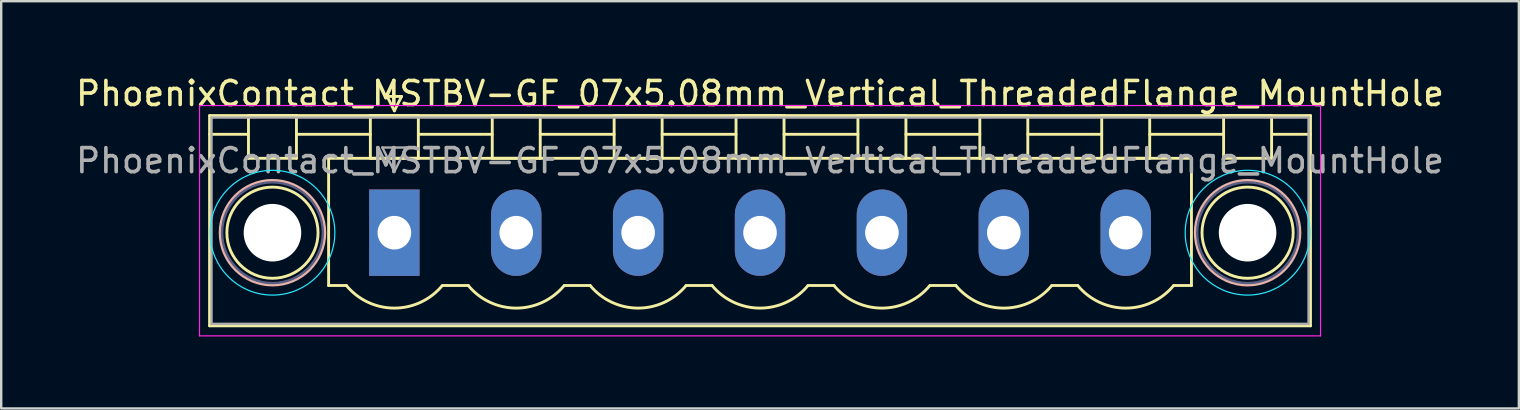
<source format=kicad_pcb>
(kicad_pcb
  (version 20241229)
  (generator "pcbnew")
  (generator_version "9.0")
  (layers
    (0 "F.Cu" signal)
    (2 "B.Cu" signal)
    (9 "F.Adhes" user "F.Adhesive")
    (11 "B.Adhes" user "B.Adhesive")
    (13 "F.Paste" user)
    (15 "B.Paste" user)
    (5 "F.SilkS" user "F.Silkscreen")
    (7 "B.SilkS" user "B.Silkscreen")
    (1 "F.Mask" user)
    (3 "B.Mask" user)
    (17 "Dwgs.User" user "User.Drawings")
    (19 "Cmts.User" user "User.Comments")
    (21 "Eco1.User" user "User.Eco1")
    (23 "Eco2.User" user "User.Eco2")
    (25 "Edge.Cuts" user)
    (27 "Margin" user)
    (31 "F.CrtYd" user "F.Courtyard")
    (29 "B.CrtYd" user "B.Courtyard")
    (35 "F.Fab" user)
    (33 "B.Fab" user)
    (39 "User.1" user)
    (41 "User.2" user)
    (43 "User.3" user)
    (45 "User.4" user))
  (footprint "PhoenixContact_MSTBV-GF_07x5.08mm_Vertical_ThreadedFlange_MountHole"
    (layer "F.Cu")
    (at 13.385 6.648)
    (property "Reference" "PhoenixContact_MSTBV-GF_07x5.08mm_Vertical_ThreadedFlange_MountHole" (at 15.24 -5.8 0) (layer "F.SilkS") (effects (font (size 1 1) (thickness 0.15))))
    (attr through_hole)
    (fp_line (start -7.7 -4.88) (end -7.7 3.88) (stroke (width 0.12) (type solid)) (layer "F.SilkS"))
    (fp_line (start -7.7 -4.1) (end -6.16 -4.1) (stroke (width 0.12) (type solid)) (layer "F.SilkS"))
    (fp_line (start -7.7 3.88) (end 38.18 3.88) (stroke (width 0.12) (type solid)) (layer "F.SilkS"))
    (fp_line (start -6.08 -4.88) (end -4.08 -4.88) (stroke (width 0.12) (type solid)) (layer "F.SilkS"))
    (fp_line (start -6.08 -3.1) (end -6.08 -4.88) (stroke (width 0.12) (type solid)) (layer "F.SilkS"))
    (fp_line (start -4.08 -4.88) (end -4.08 -3.1) (stroke (width 0.12) (type solid)) (layer "F.SilkS"))
    (fp_line (start -4.08 -4.1) (end -1 -4.1) (stroke (width 0.12) (type solid)) (layer "F.SilkS"))
    (fp_line (start -4.08 -3.1) (end -6.08 -3.1) (stroke (width 0.12) (type solid)) (layer "F.SilkS"))
    (fp_line (start -2.74 -3.1) (end 33.22 -3.1) (stroke (width 0.12) (type solid)) (layer "F.SilkS"))
    (fp_line (start -2.74 2.2) (end -2.74 -3.1) (stroke (width 0.12) (type solid)) (layer "F.SilkS"))
    (fp_line (start -2 2.2) (end -2.74 2.2) (stroke (width 0.12) (type solid)) (layer "F.SilkS"))
    (fp_line (start -1 -4.88) (end 1 -4.88) (stroke (width 0.12) (type solid)) (layer "F.SilkS"))
    (fp_line (start -1 -3.1) (end -1 -4.88) (stroke (width 0.12) (type solid)) (layer "F.SilkS"))
    (fp_line (start -0.3 -5.68) (end 0.3 -5.68) (stroke (width 0.12) (type solid)) (layer "F.SilkS"))
    (fp_line (start 0 -5.08) (end -0.3 -5.68) (stroke (width 0.12) (type solid)) (layer "F.SilkS"))
    (fp_line (start 0.3 -5.68) (end 0 -5.08) (stroke (width 0.12) (type solid)) (layer "F.SilkS"))
    (fp_line (start 1 -4.88) (end 1 -3.1) (stroke (width 0.12) (type solid)) (layer "F.SilkS"))
    (fp_line (start 1 -4.1) (end 4.08 -4.1) (stroke (width 0.12) (type solid)) (layer "F.SilkS"))
    (fp_line (start 1 -3.1) (end -1 -3.1) (stroke (width 0.12) (type solid)) (layer "F.SilkS"))
    (fp_line (start 2 2.2) (end 3.08 2.2) (stroke (width 0.12) (type solid)) (layer "F.SilkS"))
    (fp_line (start 4.08 -4.88) (end 6.08 -4.88) (stroke (width 0.12) (type solid)) (layer "F.SilkS"))
    (fp_line (start 4.08 -3.1) (end 4.08 -4.88) (stroke (width 0.12) (type solid)) (layer "F.SilkS"))
    (fp_line (start 6.08 -4.88) (end 6.08 -3.1) (stroke (width 0.12) (type solid)) (layer "F.SilkS"))
    (fp_line (start 6.08 -4.1) (end 9.16 -4.1) (stroke (width 0.12) (type solid)) (layer "F.SilkS"))
    (fp_line (start 6.08 -3.1) (end 4.08 -3.1) (stroke (width 0.12) (type solid)) (layer "F.SilkS"))
    (fp_line (start 7.08 2.2) (end 8.16 2.2) (stroke (width 0.12) (type solid)) (layer "F.SilkS"))
    (fp_line (start 9.16 -4.88) (end 11.16 -4.88) (stroke (width 0.12) (type solid)) (layer "F.SilkS"))
    (fp_line (start 9.16 -3.1) (end 9.16 -4.88) (stroke (width 0.12) (type solid)) (layer "F.SilkS"))
    (fp_line (start 11.16 -4.88) (end 11.16 -3.1) (stroke (width 0.12) (type solid)) (layer "F.SilkS"))
    (fp_line (start 11.16 -4.1) (end 14.24 -4.1) (stroke (width 0.12) (type solid)) (layer "F.SilkS"))
    (fp_line (start 11.16 -3.1) (end 9.16 -3.1) (stroke (width 0.12) (type solid)) (layer "F.SilkS"))
    (fp_line (start 12.16 2.2) (end 13.24 2.2) (stroke (width 0.12) (type solid)) (layer "F.SilkS"))
    (fp_line (start 14.24 -4.88) (end 16.24 -4.88) (stroke (width 0.12) (type solid)) (layer "F.SilkS"))
    (fp_line (start 14.24 -3.1) (end 14.24 -4.88) (stroke (width 0.12) (type solid)) (layer "F.SilkS"))
    (fp_line (start 16.24 -4.88) (end 16.24 -3.1) (stroke (width 0.12) (type solid)) (layer "F.SilkS"))
    (fp_line (start 16.24 -4.1) (end 19.32 -4.1) (stroke (width 0.12) (type solid)) (layer "F.SilkS"))
    (fp_line (start 16.24 -3.1) (end 14.24 -3.1) (stroke (width 0.12) (type solid)) (layer "F.SilkS"))
    (fp_line (start 17.24 2.2) (end 18.32 2.2) (stroke (width 0.12) (type solid)) (layer "F.SilkS"))
    (fp_line (start 19.32 -4.88) (end 21.32 -4.88) (stroke (width 0.12) (type solid)) (layer "F.SilkS"))
    (fp_line (start 19.32 -3.1) (end 19.32 -4.88) (stroke (width 0.12) (type solid)) (layer "F.SilkS"))
    (fp_line (start 21.32 -4.88) (end 21.32 -3.1) (stroke (width 0.12) (type solid)) (layer "F.SilkS"))
    (fp_line (start 21.32 -4.1) (end 24.4 -4.1) (stroke (width 0.12) (type solid)) (layer "F.SilkS"))
    (fp_line (start 21.32 -3.1) (end 19.32 -3.1) (stroke (width 0.12) (type solid)) (layer "F.SilkS"))
    (fp_line (start 22.32 2.2) (end 23.4 2.2) (stroke (width 0.12) (type solid)) (layer "F.SilkS"))
    (fp_line (start 24.4 -4.88) (end 26.4 -4.88) (stroke (width 0.12) (type solid)) (layer "F.SilkS"))
    (fp_line (start 24.4 -3.1) (end 24.4 -4.88) (stroke (width 0.12) (type solid)) (layer "F.SilkS"))
    (fp_line (start 26.4 -4.88) (end 26.4 -3.1) (stroke (width 0.12) (type solid)) (layer "F.SilkS"))
    (fp_line (start 26.4 -4.1) (end 29.48 -4.1) (stroke (width 0.12) (type solid)) (layer "F.SilkS"))
    (fp_line (start 26.4 -3.1) (end 24.4 -3.1) (stroke (width 0.12) (type solid)) (layer "F.SilkS"))
    (fp_line (start 27.4 2.2) (end 28.48 2.2) (stroke (width 0.12) (type solid)) (layer "F.SilkS"))
    (fp_line (start 29.48 -4.88) (end 31.48 -4.88) (stroke (width 0.12) (type solid)) (layer "F.SilkS"))
    (fp_line (start 29.48 -3.1) (end 29.48 -4.88) (stroke (width 0.12) (type solid)) (layer "F.SilkS"))
    (fp_line (start 31.48 -4.88) (end 31.48 -3.1) (stroke (width 0.12) (type solid)) (layer "F.SilkS"))
    (fp_line (start 31.48 -4.1) (end 34.56 -4.1) (stroke (width 0.12) (type solid)) (layer "F.SilkS"))
    (fp_line (start 31.48 -3.1) (end 29.48 -3.1) (stroke (width 0.12) (type solid)) (layer "F.SilkS"))
    (fp_line (start 33.22 -3.1) (end 33.22 2.2) (stroke (width 0.12) (type solid)) (layer "F.SilkS"))
    (fp_line (start 33.22 2.2) (end 32.48 2.2) (stroke (width 0.12) (type solid)) (layer "F.SilkS"))
    (fp_line (start 34.56 -4.88) (end 36.56 -4.88) (stroke (width 0.12) (type solid)) (layer "F.SilkS"))
    (fp_line (start 34.56 -3.1) (end 34.56 -4.88) (stroke (width 0.12) (type solid)) (layer "F.SilkS"))
    (fp_line (start 36.56 -4.88) (end 36.56 -3.1) (stroke (width 0.12) (type solid)) (layer "F.SilkS"))
    (fp_line (start 36.56 -3.1) (end 34.56 -3.1) (stroke (width 0.12) (type solid)) (layer "F.SilkS"))
    (fp_line (start 38.18 -4.88) (end -7.7 -4.88) (stroke (width 0.12) (type solid)) (layer "F.SilkS"))
    (fp_line (start 38.18 -4.1) (end 36.64 -4.1) (stroke (width 0.12) (type solid)) (layer "F.SilkS"))
    (fp_line (start 38.18 3.88) (end 38.18 -4.88) (stroke (width 0.12) (type solid)) (layer "F.SilkS"))
    (fp_arc (start 1.986842 2.215821) (mid -0.010289 3.142758) (end -2 2.2) (stroke (width 0.12) (type solid)) (layer "F.SilkS"))
    (fp_arc (start 7.066842 2.215821) (mid 5.069711 3.142758) (end 3.08 2.2) (stroke (width 0.12) (type solid)) (layer "F.SilkS"))
    (fp_arc (start 12.146842 2.215821) (mid 10.149711 3.142758) (end 8.16 2.2) (stroke (width 0.12) (type solid)) (layer "F.SilkS"))
    (fp_arc (start 17.226842 2.215821) (mid 15.229711 3.142758) (end 13.24 2.2) (stroke (width 0.12) (type solid)) (layer "F.SilkS"))
    (fp_arc (start 22.306842 2.215821) (mid 20.309711 3.142758) (end 18.32 2.2) (stroke (width 0.12) (type solid)) (layer "F.SilkS"))
    (fp_arc (start 27.386842 2.215821) (mid 25.389711 3.142758) (end 23.4 2.2) (stroke (width 0.12) (type solid)) (layer "F.SilkS"))
    (fp_arc (start 32.466842 2.215821) (mid 30.469711 3.142758) (end 28.48 2.2) (stroke (width 0.12) (type solid)) (layer "F.SilkS"))
    (fp_circle (center -5.08 0) (end -3.18 0) (stroke (width 0.12) (type solid)) (fill no) (layer "F.SilkS"))
    (fp_circle (center 35.56 0) (end 37.46 0) (stroke (width 0.12) (type solid)) (fill no) (layer "F.SilkS"))
    (fp_circle (center -5.08 0) (end -2.9 0) (stroke (width 0.12) (type solid)) (fill no) (layer "B.SilkS"))
    (fp_circle (center 35.56 0) (end 37.74 0) (stroke (width 0.12) (type solid)) (fill no) (layer "B.SilkS"))
    (fp_circle (center -5.08 0) (end -2.48 0) (stroke (width 0.05) (type solid)) (fill no) (layer "B.CrtYd"))
    (fp_circle (center 35.56 0) (end 38.16 0) (stroke (width 0.05) (type solid)) (fill no) (layer "B.CrtYd"))
    (fp_line (start -8.12 -5.3) (end -8.12 4.3) (stroke (width 0.05) (type solid)) (layer "F.CrtYd"))
    (fp_line (start -8.12 4.3) (end 38.6 4.3) (stroke (width 0.05) (type solid)) (layer "F.CrtYd"))
    (fp_line (start 38.6 -5.3) (end -8.12 -5.3) (stroke (width 0.05) (type solid)) (layer "F.CrtYd"))
    (fp_line (start 38.6 4.3) (end 38.6 -5.3) (stroke (width 0.05) (type solid)) (layer "F.CrtYd"))
    (fp_circle (center -5.08 0) (end -2.98 0) (stroke (width 0.1) (type solid)) (fill no) (layer "B.Fab"))
    (fp_circle (center 35.56 0) (end 37.66 0) (stroke (width 0.1) (type solid)) (fill no) (layer "B.Fab"))
    (fp_line (start -7.62 -4.8) (end -7.62 3.8) (stroke (width 0.1) (type solid)) (layer "F.Fab"))
    (fp_line (start -7.62 3.8) (end 38.1 3.8) (stroke (width 0.1) (type solid)) (layer "F.Fab"))
    (fp_line (start -0.5 -3.55) (end 0.5 -3.55) (stroke (width 0.1) (type solid)) (layer "F.Fab"))
    (fp_line (start 0 -2.55) (end -0.5 -3.55) (stroke (width 0.1) (type solid)) (layer "F.Fab"))
    (fp_line (start 0.5 -3.55) (end 0 -2.55) (stroke (width 0.1) (type solid)) (layer "F.Fab"))
    (fp_line (start 38.1 -4.8) (end -7.62 -4.8) (stroke (width 0.1) (type solid)) (layer "F.Fab"))
    (fp_line (start 38.1 3.8) (end 38.1 -4.8) (stroke (width 0.1) (type solid)) (layer "F.Fab"))
    (fp_text user "${REFERENCE}" (at 15.24 -3 0) (layer "F.Fab") (effects (font (size 1 1) (thickness 0.15))))
    (pad "" np_thru_hole circle (at -5.08 0) (size 2.4 2.4) (drill 2.4) (layers "*.Cu" "*.Mask"))
    (pad "" np_thru_hole circle (at 35.56 0) (size 2.4 2.4) (drill 2.4) (layers "*.Cu" "*.Mask"))
    (pad "1" thru_hole rect (at 0 0) (size 2.1 3.6) (drill 1.4) (layers "*.Cu" "*.Mask"))
    (pad "2" thru_hole oval (at 5.08 0) (size 2.1 3.6) (drill 1.4) (layers "*.Cu" "*.Mask"))
    (pad "3" thru_hole oval (at 10.16 0) (size 2.1 3.6) (drill 1.4) (layers "*.Cu" "*.Mask"))
    (pad "4" thru_hole oval (at 15.24 0) (size 2.1 3.6) (drill 1.4) (layers "*.Cu" "*.Mask"))
    (pad "5" thru_hole oval (at 20.32 0) (size 2.1 3.6) (drill 1.4) (layers "*.Cu" "*.Mask"))
    (pad "6" thru_hole oval (at 25.4 0) (size 2.1 3.6) (drill 1.4) (layers "*.Cu" "*.Mask"))
    (pad "7" thru_hole oval (at 30.48 0) (size 2.1 3.6) (drill 1.4) (layers "*.Cu" "*.Mask")))
  (gr_rect
    (start -3 -3)
    (end 60.25 13.973)
    (stroke (width 0.1) (type default))
    (fill no)
    (layer "Edge.Cuts")))
</source>
